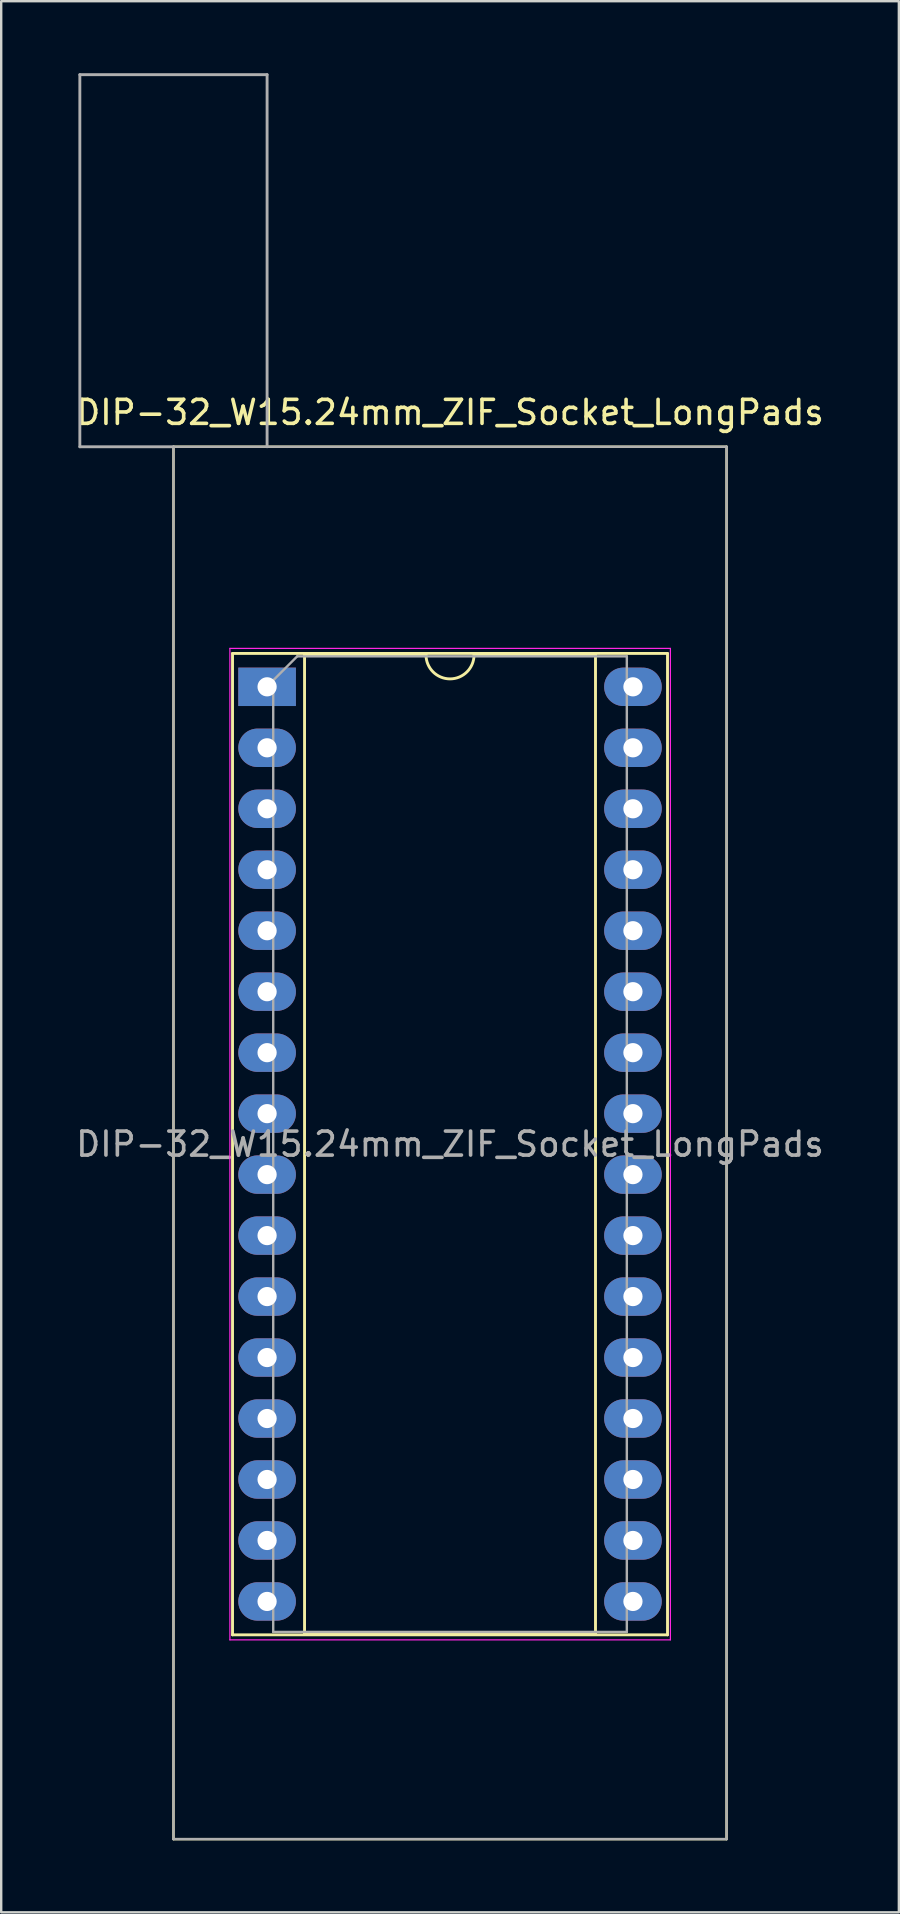
<source format=kicad_pcb>
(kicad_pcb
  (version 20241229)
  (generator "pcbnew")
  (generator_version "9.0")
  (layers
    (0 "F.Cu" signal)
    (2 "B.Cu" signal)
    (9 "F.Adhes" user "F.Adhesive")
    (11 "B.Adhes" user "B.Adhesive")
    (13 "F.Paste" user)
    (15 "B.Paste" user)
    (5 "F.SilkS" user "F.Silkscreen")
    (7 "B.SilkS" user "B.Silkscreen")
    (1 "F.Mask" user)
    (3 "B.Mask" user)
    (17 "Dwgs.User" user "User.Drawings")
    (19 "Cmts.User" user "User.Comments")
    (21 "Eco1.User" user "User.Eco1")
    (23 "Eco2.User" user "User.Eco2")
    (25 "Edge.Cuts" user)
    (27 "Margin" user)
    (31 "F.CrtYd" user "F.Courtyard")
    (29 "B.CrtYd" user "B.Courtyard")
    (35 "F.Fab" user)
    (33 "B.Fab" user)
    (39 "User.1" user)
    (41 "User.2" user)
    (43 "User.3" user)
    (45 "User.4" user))
  (footprint "DIP-32_W15.24mm_ZIF_Socket_LongPads"
    (layer "F.Cu")
    (at 8.076 25.56)
    (property "Reference" "DIP-32_W15.24mm_ZIF_Socket_LongPads" (at 7.62 -11.43 0) (layer "F.SilkS") (effects (font (size 1 1) (thickness 0.15))))
    (attr through_hole)
    (fp_line (start -3.9 -10) (end -3.9 48) (stroke (width 0.1) (type solid)) (layer "F.SilkS"))
    (fp_line (start -3.9 48) (end 19.14 48) (stroke (width 0.1) (type solid)) (layer "F.SilkS"))
    (fp_line (start -1.44 -1.39) (end -1.44 39.49) (stroke (width 0.12) (type solid)) (layer "F.SilkS"))
    (fp_line (start -1.44 39.49) (end 16.68 39.49) (stroke (width 0.12) (type solid)) (layer "F.SilkS"))
    (fp_line (start 1.56 -1.33) (end 1.56 39.43) (stroke (width 0.12) (type solid)) (layer "F.SilkS"))
    (fp_line (start 1.56 39.43) (end 13.68 39.43) (stroke (width 0.12) (type solid)) (layer "F.SilkS"))
    (fp_line (start 6.62 -1.33) (end 1.56 -1.33) (stroke (width 0.12) (type solid)) (layer "F.SilkS"))
    (fp_line (start 13.68 -1.33) (end 8.62 -1.33) (stroke (width 0.12) (type solid)) (layer "F.SilkS"))
    (fp_line (start 13.68 39.43) (end 13.68 -1.33) (stroke (width 0.12) (type solid)) (layer "F.SilkS"))
    (fp_line (start 16.68 -1.39) (end -1.44 -1.39) (stroke (width 0.12) (type solid)) (layer "F.SilkS"))
    (fp_line (start 16.68 39.49) (end 16.68 -1.39) (stroke (width 0.12) (type solid)) (layer "F.SilkS"))
    (fp_line (start 19.14 -10) (end -3.9 -10) (stroke (width 0.1) (type solid)) (layer "F.SilkS"))
    (fp_line (start 19.14 48) (end 19.14 -10) (stroke (width 0.1) (type solid)) (layer "F.SilkS"))
    (fp_arc (start 8.62 -1.33) (mid 7.62 -0.33) (end 6.62 -1.33) (stroke (width 0.12) (type solid)) (layer "F.SilkS"))
    (fp_line (start -1.55 -1.6) (end -1.55 39.7) (stroke (width 0.05) (type solid)) (layer "F.CrtYd"))
    (fp_line (start -1.55 39.7) (end 16.8 39.7) (stroke (width 0.05) (type solid)) (layer "F.CrtYd"))
    (fp_line (start 16.8 -1.6) (end -1.55 -1.6) (stroke (width 0.05) (type solid)) (layer "F.CrtYd"))
    (fp_line (start 16.8 39.7) (end 16.8 -1.6) (stroke (width 0.05) (type solid)) (layer "F.CrtYd"))
    (fp_line (start -7.8 -25.5) (end 0 -25.5) (stroke (width 0.12) (type solid)) (layer "F.Fab"))
    (fp_line (start -7.8 -10) (end -7.8 -25.5) (stroke (width 0.12) (type solid)) (layer "F.Fab"))
    (fp_line (start -7.8 -10) (end -3.9 -10) (stroke (width 0.12) (type solid)) (layer "F.Fab"))
    (fp_line (start -3.9 -10) (end -3.9 48) (stroke (width 0.1) (type solid)) (layer "F.Fab"))
    (fp_line (start -3.9 48) (end 19.14 48) (stroke (width 0.1) (type solid)) (layer "F.Fab"))
    (fp_line (start 0 -10) (end 0 -25.5) (stroke (width 0.12) (type solid)) (layer "F.Fab"))
    (fp_line (start 0.255 -0.27) (end 1.255 -1.27) (stroke (width 0.1) (type solid)) (layer "F.Fab"))
    (fp_line (start 0.255 39.37) (end 0.255 -0.27) (stroke (width 0.1) (type solid)) (layer "F.Fab"))
    (fp_line (start 1.255 -1.27) (end 14.985 -1.27) (stroke (width 0.1) (type solid)) (layer "F.Fab"))
    (fp_line (start 14.985 -1.27) (end 14.985 39.37) (stroke (width 0.1) (type solid)) (layer "F.Fab"))
    (fp_line (start 14.985 39.37) (end 0.255 39.37) (stroke (width 0.1) (type solid)) (layer "F.Fab"))
    (fp_line (start 19.14 -10) (end -3.9 -10) (stroke (width 0.1) (type solid)) (layer "F.Fab"))
    (fp_line (start 19.14 48) (end 19.14 -10) (stroke (width 0.1) (type solid)) (layer "F.Fab"))
    (fp_text user "${REFERENCE}" (at 7.62 19.05 0) (layer "F.Fab") (effects (font (size 1 1) (thickness 0.15))))
    (pad "1" thru_hole rect (at 0 0) (size 2.4 1.6) (drill 0.8) (layers "*.Cu" "*.Mask"))
    (pad "2" thru_hole oval (at 0 2.54) (size 2.4 1.6) (drill 0.8) (layers "*.Cu" "*.Mask"))
    (pad "3" thru_hole oval (at 0 5.08) (size 2.4 1.6) (drill 0.8) (layers "*.Cu" "*.Mask"))
    (pad "4" thru_hole oval (at 0 7.62) (size 2.4 1.6) (drill 0.8) (layers "*.Cu" "*.Mask"))
    (pad "5" thru_hole oval (at 0 10.16) (size 2.4 1.6) (drill 0.8) (layers "*.Cu" "*.Mask"))
    (pad "6" thru_hole oval (at 0 12.7) (size 2.4 1.6) (drill 0.8) (layers "*.Cu" "*.Mask"))
    (pad "7" thru_hole oval (at 0 15.24) (size 2.4 1.6) (drill 0.8) (layers "*.Cu" "*.Mask"))
    (pad "8" thru_hole oval (at 0 17.78) (size 2.4 1.6) (drill 0.8) (layers "*.Cu" "*.Mask"))
    (pad "9" thru_hole oval (at 0 20.32) (size 2.4 1.6) (drill 0.8) (layers "*.Cu" "*.Mask"))
    (pad "10" thru_hole oval (at 0 22.86) (size 2.4 1.6) (drill 0.8) (layers "*.Cu" "*.Mask"))
    (pad "11" thru_hole oval (at 0 25.4) (size 2.4 1.6) (drill 0.8) (layers "*.Cu" "*.Mask"))
    (pad "12" thru_hole oval (at 0 27.94) (size 2.4 1.6) (drill 0.8) (layers "*.Cu" "*.Mask"))
    (pad "13" thru_hole oval (at 0 30.48) (size 2.4 1.6) (drill 0.8) (layers "*.Cu" "*.Mask"))
    (pad "14" thru_hole oval (at 0 33.02) (size 2.4 1.6) (drill 0.8) (layers "*.Cu" "*.Mask"))
    (pad "15" thru_hole oval (at 0 35.56) (size 2.4 1.6) (drill 0.8) (layers "*.Cu" "*.Mask"))
    (pad "16" thru_hole oval (at 0 38.1) (size 2.4 1.6) (drill 0.8) (layers "*.Cu" "*.Mask"))
    (pad "17" thru_hole oval (at 15.24 38.1) (size 2.4 1.6) (drill 0.8) (layers "*.Cu" "*.Mask"))
    (pad "18" thru_hole oval (at 15.24 35.56) (size 2.4 1.6) (drill 0.8) (layers "*.Cu" "*.Mask"))
    (pad "19" thru_hole oval (at 15.24 33.02) (size 2.4 1.6) (drill 0.8) (layers "*.Cu" "*.Mask"))
    (pad "20" thru_hole oval (at 15.24 30.48) (size 2.4 1.6) (drill 0.8) (layers "*.Cu" "*.Mask"))
    (pad "21" thru_hole oval (at 15.24 27.94) (size 2.4 1.6) (drill 0.8) (layers "*.Cu" "*.Mask"))
    (pad "22" thru_hole oval (at 15.24 25.4) (size 2.4 1.6) (drill 0.8) (layers "*.Cu" "*.Mask"))
    (pad "23" thru_hole oval (at 15.24 22.86) (size 2.4 1.6) (drill 0.8) (layers "*.Cu" "*.Mask"))
    (pad "24" thru_hole oval (at 15.24 20.32) (size 2.4 1.6) (drill 0.8) (layers "*.Cu" "*.Mask"))
    (pad "25" thru_hole oval (at 15.24 17.78) (size 2.4 1.6) (drill 0.8) (layers "*.Cu" "*.Mask"))
    (pad "26" thru_hole oval (at 15.24 15.24) (size 2.4 1.6) (drill 0.8) (layers "*.Cu" "*.Mask"))
    (pad "27" thru_hole oval (at 15.24 12.7) (size 2.4 1.6) (drill 0.8) (layers "*.Cu" "*.Mask"))
    (pad "28" thru_hole oval (at 15.24 10.16) (size 2.4 1.6) (drill 0.8) (layers "*.Cu" "*.Mask"))
    (pad "29" thru_hole oval (at 15.24 7.62) (size 2.4 1.6) (drill 0.8) (layers "*.Cu" "*.Mask"))
    (pad "30" thru_hole oval (at 15.24 5.08) (size 2.4 1.6) (drill 0.8) (layers "*.Cu" "*.Mask"))
    (pad "31" thru_hole oval (at 15.24 2.54) (size 2.4 1.6) (drill 0.8) (layers "*.Cu" "*.Mask"))
    (pad "32" thru_hole oval (at 15.24 0) (size 2.4 1.6) (drill 0.8) (layers "*.Cu" "*.Mask")))
  (gr_rect
    (start -3 -3)
    (end 34.393 76.61)
    (stroke (width 0.1) (type default))
    (fill no)
    (layer "Edge.Cuts")))
</source>
